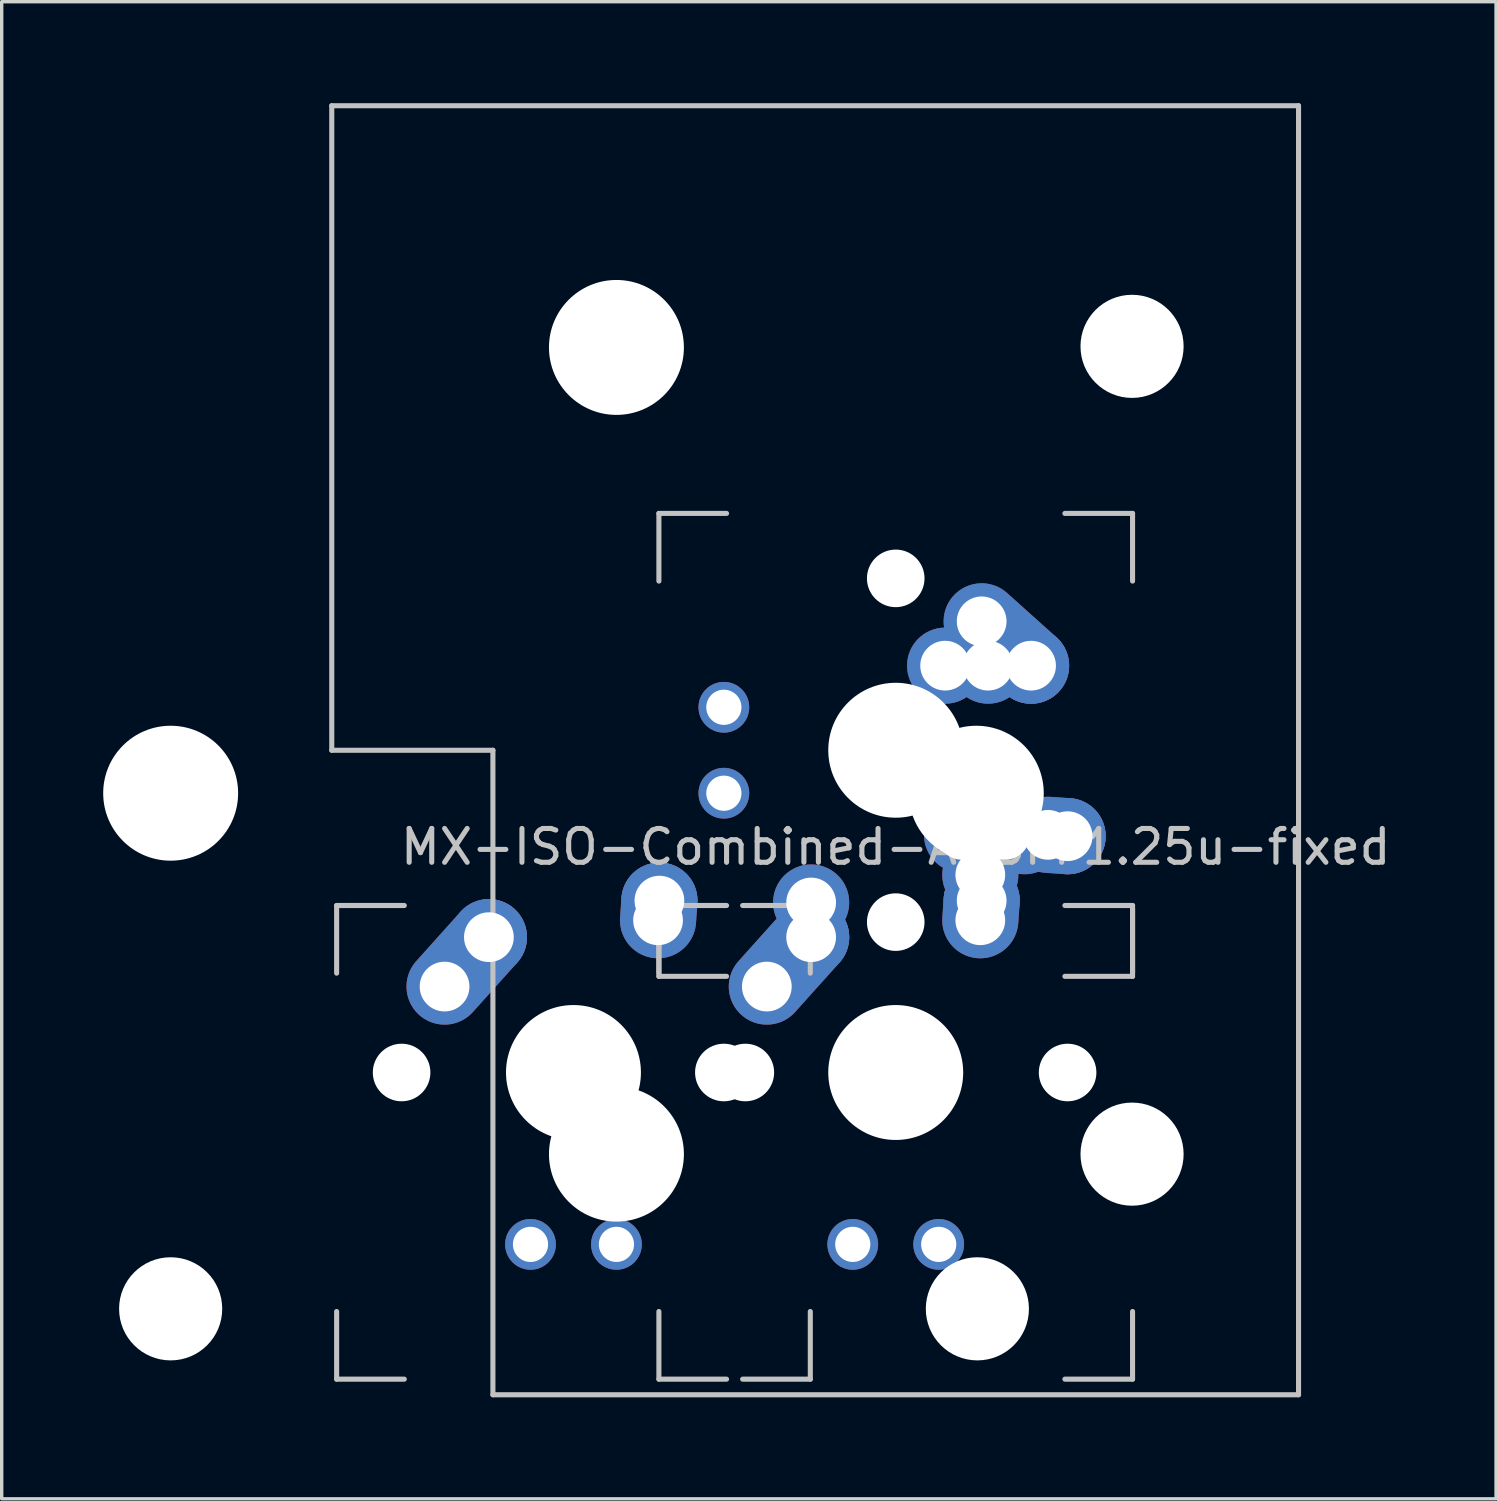
<source format=kicad_pcb>
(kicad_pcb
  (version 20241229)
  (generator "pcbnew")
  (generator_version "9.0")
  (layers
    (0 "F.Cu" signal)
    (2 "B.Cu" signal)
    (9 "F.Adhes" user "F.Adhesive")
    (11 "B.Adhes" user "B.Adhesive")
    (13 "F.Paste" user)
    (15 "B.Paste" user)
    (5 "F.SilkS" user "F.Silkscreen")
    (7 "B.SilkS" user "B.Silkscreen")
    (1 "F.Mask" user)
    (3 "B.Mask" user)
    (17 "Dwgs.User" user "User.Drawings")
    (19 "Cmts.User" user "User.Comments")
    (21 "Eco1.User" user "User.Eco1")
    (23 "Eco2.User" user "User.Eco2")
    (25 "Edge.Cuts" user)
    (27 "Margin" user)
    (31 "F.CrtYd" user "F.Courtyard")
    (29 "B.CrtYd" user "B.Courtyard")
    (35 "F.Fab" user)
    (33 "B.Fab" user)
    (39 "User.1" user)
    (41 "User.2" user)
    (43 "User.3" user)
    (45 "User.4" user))
  (footprint "MX-ISO-Combined-ANSI+1.25u-fixed"
    (layer "F.Cu")
    (at 23.425 19.125)
    (property "Reference" "MX-ISO-Combined-ANSI+1.25u-fixed" (at 0 2.857 0) (layer "Dwgs.User") (effects (font (size 1 1) (thickness 0.15))))
    (attr through_hole)
    (fp_line (start -16.669 -19.05) (end -16.669 0) (stroke (width 0.15) (type solid)) (layer "Dwgs.User"))
    (fp_line (start -16.669 -19.05) (end 11.906 -19.05) (stroke (width 0.15) (type solid)) (layer "Dwgs.User"))
    (fp_line (start -16.525 4.589) (end -14.525 4.589) (stroke (width 0.15) (type solid)) (layer "Dwgs.User"))
    (fp_line (start -16.525 6.589) (end -16.525 4.589) (stroke (width 0.15) (type solid)) (layer "Dwgs.User"))
    (fp_line (start -16.525 16.589) (end -16.525 18.589) (stroke (width 0.15) (type solid)) (layer "Dwgs.User"))
    (fp_line (start -16.525 18.589) (end -14.525 18.589) (stroke (width 0.15) (type solid)) (layer "Dwgs.User"))
    (fp_line (start -11.906 0) (end -16.669 0) (stroke (width 0.15) (type solid)) (layer "Dwgs.User"))
    (fp_line (start -11.906 19.05) (end -11.906 0) (stroke (width 0.15) (type solid)) (layer "Dwgs.User"))
    (fp_line (start -11.906 19.05) (end 11.906 19.05) (stroke (width 0.15) (type solid)) (layer "Dwgs.User"))
    (fp_line (start -7 -7) (end -7 -5) (stroke (width 0.15) (type solid)) (layer "Dwgs.User"))
    (fp_line (start -7 4.589) (end -5 4.589) (stroke (width 0.15) (type solid)) (layer "Dwgs.User"))
    (fp_line (start -7 4.683) (end -7 6.683) (stroke (width 0.15) (type solid)) (layer "Dwgs.User"))
    (fp_line (start -7 6.589) (end -7 4.589) (stroke (width 0.15) (type solid)) (layer "Dwgs.User"))
    (fp_line (start -7 6.683) (end -5 6.683) (stroke (width 0.15) (type solid)) (layer "Dwgs.User"))
    (fp_line (start -7 16.589) (end -7 18.589) (stroke (width 0.15) (type solid)) (layer "Dwgs.User"))
    (fp_line (start -7 18.589) (end -5 18.589) (stroke (width 0.15) (type solid)) (layer "Dwgs.User"))
    (fp_line (start -5 -7) (end -7 -7) (stroke (width 0.15) (type solid)) (layer "Dwgs.User"))
    (fp_line (start -4.525 18.589) (end -2.525 18.589) (stroke (width 0.15) (type solid)) (layer "Dwgs.User"))
    (fp_line (start -2.525 4.589) (end -4.525 4.589) (stroke (width 0.15) (type solid)) (layer "Dwgs.User"))
    (fp_line (start -2.525 6.589) (end -2.525 4.589) (stroke (width 0.15) (type solid)) (layer "Dwgs.User"))
    (fp_line (start -2.525 18.589) (end -2.525 16.589) (stroke (width 0.15) (type solid)) (layer "Dwgs.User"))
    (fp_line (start 5 -7) (end 7 -7) (stroke (width 0.15) (type solid)) (layer "Dwgs.User"))
    (fp_line (start 5 6.683) (end 7 6.683) (stroke (width 0.15) (type solid)) (layer "Dwgs.User"))
    (fp_line (start 5 18.589) (end 7 18.589) (stroke (width 0.15) (type solid)) (layer "Dwgs.User"))
    (fp_line (start 7 -7) (end 7 -5) (stroke (width 0.15) (type solid)) (layer "Dwgs.User"))
    (fp_line (start 7 4.589) (end 5 4.589) (stroke (width 0.15) (type solid)) (layer "Dwgs.User"))
    (fp_line (start 7 6.589) (end 7 4.589) (stroke (width 0.15) (type solid)) (layer "Dwgs.User"))
    (fp_line (start 7 6.683) (end 7 4.683) (stroke (width 0.15) (type solid)) (layer "Dwgs.User"))
    (fp_line (start 7 18.589) (end 7 16.589) (stroke (width 0.15) (type solid)) (layer "Dwgs.User"))
    (fp_line (start 11.906 -19.05) (end 11.906 19.05) (stroke (width 0.15) (type solid)) (layer "Dwgs.User"))
    (pad "" np_thru_hole circle (at -21.431 1.27 270) (size 3.988 3.988) (drill 3.988) (layers "*.Cu" "*.Mask"))
    (pad "" np_thru_hole circle (at -21.431 16.51 270) (size 3.048 3.048) (drill 3.048) (layers "*.Cu" "*.Mask"))
    (pad "" np_thru_hole circle (at -14.605 9.525 138.1) (size 1.702 1.702) (drill 1.702) (layers "*.Cu" "*.Mask"))
    (pad "" np_thru_hole circle (at -9.525 9.525 90) (size 3.988 3.988) (drill 3.988) (layers "*.Cu" "*.Mask"))
    (pad "" np_thru_hole circle (at -8.255 -11.906) (size 3.988 3.988) (drill 3.988) (layers "*.Cu" "*.Mask"))
    (pad "" np_thru_hole circle (at -8.255 11.938) (size 3.988 3.988) (drill 3.988) (layers "*.Cu" "*.Mask"))
    (pad "" np_thru_hole circle (at -5.08 9.525 138.1) (size 1.702 1.702) (drill 1.702) (layers "*.Cu" "*.Mask"))
    (pad "" np_thru_hole circle (at -4.445 9.525 138.1) (size 1.702 1.702) (drill 1.702) (layers "*.Cu" "*.Mask"))
    (pad "" np_thru_hole circle (at 0 -5.08 48.1) (size 1.702 1.702) (drill 1.702) (layers "*.Cu" "*.Mask"))
    (pad "" np_thru_hole circle (at 0 0) (size 3.988 3.988) (drill 3.988) (layers "*.Cu" "*.Mask"))
    (pad "" np_thru_hole circle (at 0 5.08 48.1) (size 1.702 1.702) (drill 1.702) (layers "*.Cu" "*.Mask"))
    (pad "" np_thru_hole circle (at 0 9.525 90) (size 3.988 3.988) (drill 3.988) (layers "*.Cu" "*.Mask"))
    (pad "" np_thru_hole circle (at 2.381 1.27 270) (size 3.988 3.988) (drill 3.988) (layers "*.Cu" "*.Mask"))
    (pad "" np_thru_hole circle (at 2.413 16.51 270) (size 3.048 3.048) (drill 3.048) (layers "*.Cu" "*.Mask"))
    (pad "" np_thru_hole circle (at 5.08 9.525 138.1) (size 1.702 1.702) (drill 1.702) (layers "*.Cu" "*.Mask"))
    (pad "" np_thru_hole circle (at 6.985 -11.938) (size 3.048 3.048) (drill 3.048) (layers "*.Cu" "*.Mask"))
    (pad "" np_thru_hole circle (at 6.985 11.938) (size 3.048 3.048) (drill 3.048) (layers "*.Cu" "*.Mask"))
    (pad "1" thru_hole oval (at -13.335 6.985 48.1) (size 4.212 2.25) (drill 1.47 (offset 0.981 0)) (layers "*.Cu" "*.Mask"))
    (pad "1" thru_hole circle (at -12.025 5.525 90) (size 2.25 2.25) (drill 1.47) (layers "*.Cu" "*.Mask"))
    (pad "1" thru_hole oval (at 1.96 2.5 356.055) (size 2.831 2.25) (drill 1.47 (offset 0.291 0)) (layers "*.Cu" "*.Mask"))
    (pad "1" thru_hole circle (at 2.5 3.683) (size 2.25 2.25) (drill 1.47) (layers "*.Cu" "*.Mask"))
    (pad "1" thru_hole oval (at 2.5 5.025 86.055) (size 2.831 2.25) (drill 1.47 (offset 0.291 0)) (layers "*.Cu" "*.Mask"))
    (pad "1" thru_hole circle (at 2.54 4.445 90) (size 2.25 2.25) (drill 1.47) (layers "*.Cu" "*.Mask"))
    (pad "1" thru_hole oval (at 3.23 2.5 356.055) (size 2.831 2.25) (drill 1.47 (offset 0.291 0)) (layers "*.Cu" "*.Mask"))
    (pad "1" thru_hole oval (at 4.5 2.5 356.055) (size 2.831 2.25) (drill 1.47 (offset 0.291 0)) (layers "*.Cu" "*.Mask"))
    (pad "1" thru_hole circle (at 5.08 2.54) (size 2.25 2.25) (drill 1.47) (layers "*.Cu" "*.Mask"))
    (pad "2" thru_hole oval (at -7.025 5.025 86.055) (size 2.831 2.25) (drill 1.47 (offset 0.291 0)) (layers "*.Cu" "*.Mask"))
    (pad "2" thru_hole circle (at -6.985 4.445 90) (size 2.25 2.25) (drill 1.47) (layers "*.Cu" "*.Mask"))
    (pad "2" thru_hole oval (at -3.81 6.985 48.1) (size 4.212 2.25) (drill 1.47 (offset 0.981 0)) (layers "*.Cu" "*.Mask"))
    (pad "2" thru_hole circle (at -2.5 4.5) (size 2.25 2.25) (drill 1.47) (layers "*.Cu" "*.Mask"))
    (pad "2" thru_hole circle (at -2.5 5.525 90) (size 2.25 2.25) (drill 1.47) (layers "*.Cu" "*.Mask"))
    (pad "2" thru_hole circle (at 1.46 -2.5) (size 2.25 2.25) (drill 1.47) (layers "*.Cu" "*.Mask"))
    (pad "2" thru_hole oval (at 2.54 -3.81 318.1) (size 4.212 2.25) (drill 1.47 (offset 0.981 0)) (layers "*.Cu" "*.Mask"))
    (pad "2" thru_hole circle (at 2.73 -2.5) (size 2.25 2.25) (drill 1.47) (layers "*.Cu" "*.Mask"))
    (pad "2" thru_hole circle (at 4 -2.5) (size 2.25 2.25) (drill 1.47) (layers "*.Cu" "*.Mask"))
    (pad "3" thru_hole circle (at -10.795 14.605 90) (size 1.5 1.5) (drill 1.04) (layers "*.Cu" "*.Mask"))
    (pad "3" thru_hole circle (at -5.08 -1.27) (size 1.5 1.5) (drill 1.04) (layers "*.Cu" "*.Mask"))
    (pad "3" thru_hole circle (at -1.27 14.605 90) (size 1.5 1.5) (drill 1.04) (layers "*.Cu" "*.Mask"))
    (pad "4" thru_hole circle (at -8.255 14.605 90) (size 1.5 1.5) (drill 1.04) (layers "*.Cu" "*.Mask"))
    (pad "4" thru_hole circle (at -5.08 1.27) (size 1.5 1.5) (drill 1.04) (layers "*.Cu" "*.Mask"))
    (pad "4" thru_hole circle (at 1.27 14.605 90) (size 1.5 1.5) (drill 1.04) (layers "*.Cu" "*.Mask")))
  (gr_rect
    (start -3 -3)
    (end 41.169 41.25)
    (stroke (width 0.1) (type default))
    (fill no)
    (layer "Edge.Cuts")))
</source>
